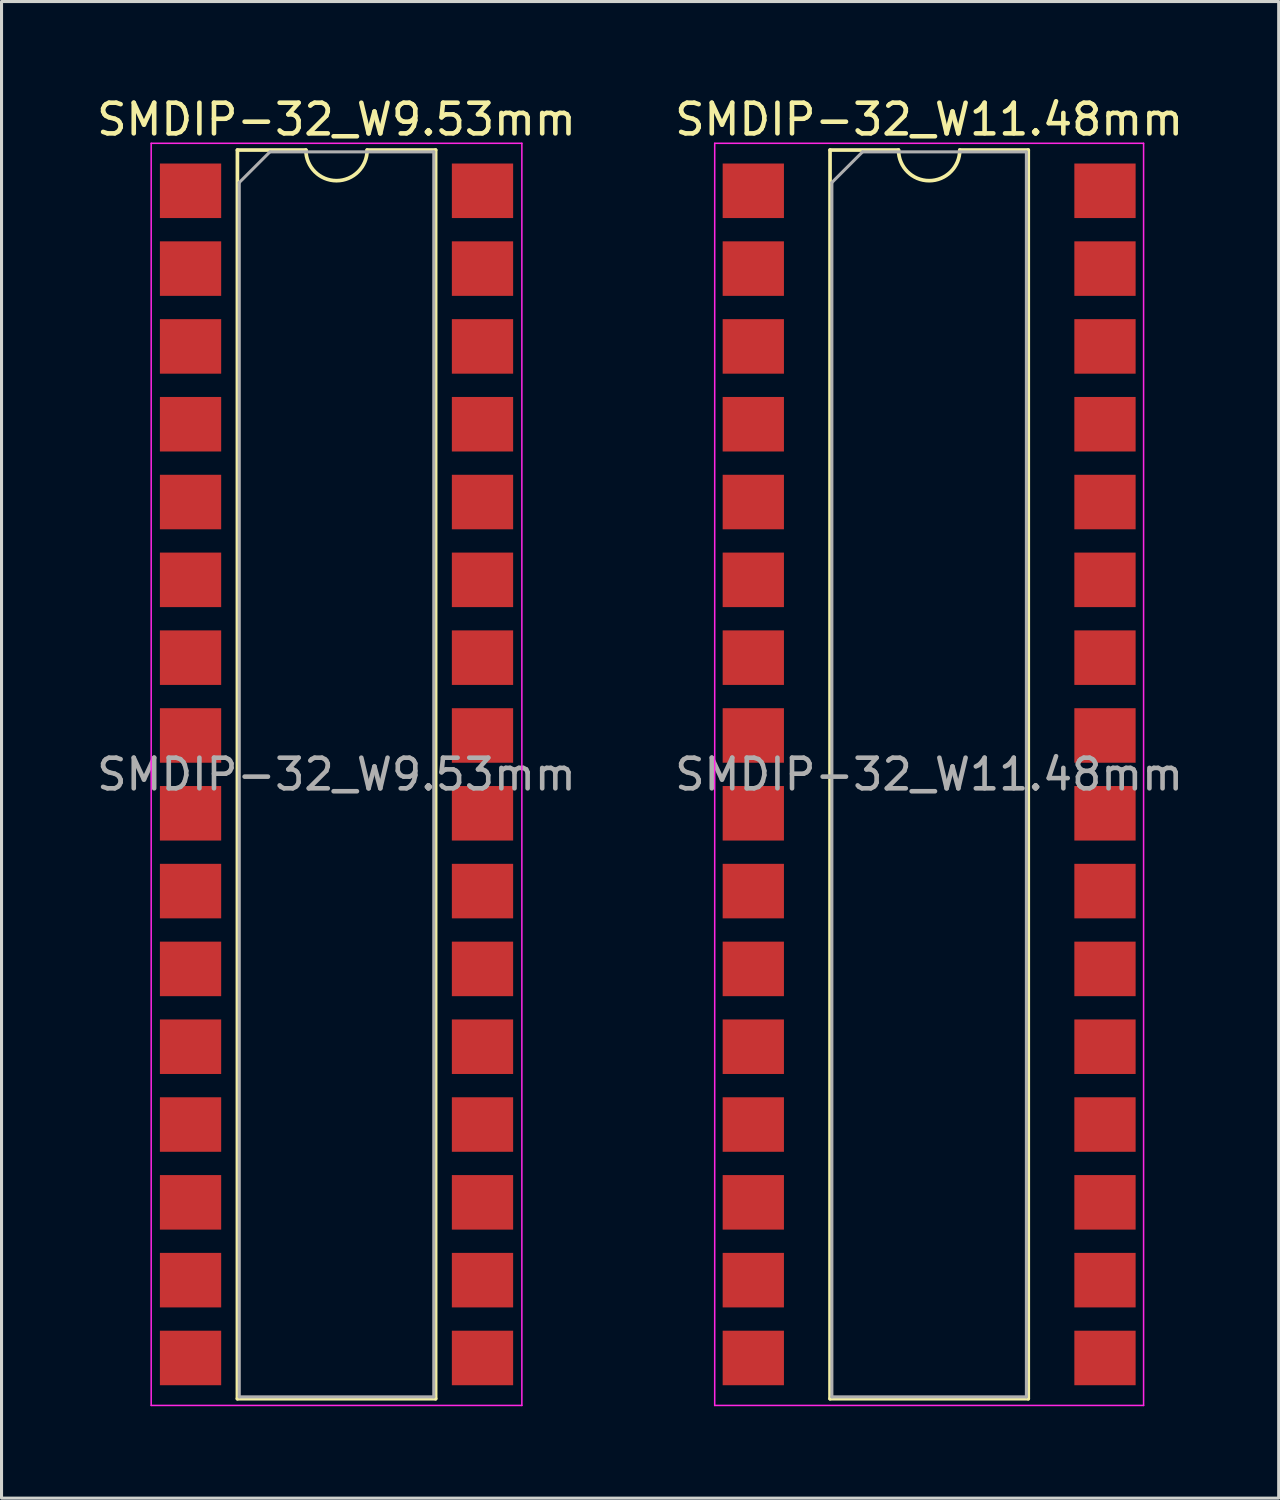
<source format=kicad_pcb>
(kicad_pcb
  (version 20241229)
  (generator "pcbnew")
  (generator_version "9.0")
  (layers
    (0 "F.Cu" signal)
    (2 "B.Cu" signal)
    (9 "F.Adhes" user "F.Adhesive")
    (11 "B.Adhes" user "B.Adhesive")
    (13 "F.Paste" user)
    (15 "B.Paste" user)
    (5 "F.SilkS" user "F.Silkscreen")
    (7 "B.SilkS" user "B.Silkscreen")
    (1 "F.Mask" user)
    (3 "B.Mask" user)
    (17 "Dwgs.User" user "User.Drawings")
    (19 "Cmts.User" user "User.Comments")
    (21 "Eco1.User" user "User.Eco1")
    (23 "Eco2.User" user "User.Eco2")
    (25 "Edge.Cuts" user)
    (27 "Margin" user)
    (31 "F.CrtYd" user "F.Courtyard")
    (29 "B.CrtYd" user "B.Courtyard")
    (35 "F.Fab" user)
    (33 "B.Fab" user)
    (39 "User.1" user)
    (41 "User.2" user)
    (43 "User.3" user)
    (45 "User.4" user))
  (footprint "SMDIP-32_W11.48mm"
    (layer "F.Cu")
    (at 27.28 22.228)
    (property "Reference" "SMDIP-32_W11.48mm" (at 0 -21.38 0) (layer "F.SilkS") (effects (font (size 1 1) (thickness 0.15))))
    (attr smd)
    (fp_line (start -3.235 -20.38) (end -3.235 20.38) (stroke (width 0.12) (type solid)) (layer "F.SilkS"))
    (fp_line (start -3.235 20.38) (end 3.235 20.38) (stroke (width 0.12) (type solid)) (layer "F.SilkS"))
    (fp_line (start -1 -20.38) (end -3.235 -20.38) (stroke (width 0.12) (type solid)) (layer "F.SilkS"))
    (fp_line (start 3.235 -20.38) (end 1 -20.38) (stroke (width 0.12) (type solid)) (layer "F.SilkS"))
    (fp_line (start 3.235 20.38) (end 3.235 -20.38) (stroke (width 0.12) (type solid)) (layer "F.SilkS"))
    (fp_arc (start 1 -20.38) (mid 0 -19.38) (end -1 -20.38) (stroke (width 0.12) (type solid)) (layer "F.SilkS"))
    (fp_line (start -7 -20.6) (end -7 20.6) (stroke (width 0.05) (type solid)) (layer "F.CrtYd"))
    (fp_line (start -7 20.6) (end 7 20.6) (stroke (width 0.05) (type solid)) (layer "F.CrtYd"))
    (fp_line (start 7 -20.6) (end -7 -20.6) (stroke (width 0.05) (type solid)) (layer "F.CrtYd"))
    (fp_line (start 7 20.6) (end 7 -20.6) (stroke (width 0.05) (type solid)) (layer "F.CrtYd"))
    (fp_line (start -3.175 -19.32) (end -2.175 -20.32) (stroke (width 0.1) (type solid)) (layer "F.Fab"))
    (fp_line (start -3.175 20.32) (end -3.175 -19.32) (stroke (width 0.1) (type solid)) (layer "F.Fab"))
    (fp_line (start -2.175 -20.32) (end 3.175 -20.32) (stroke (width 0.1) (type solid)) (layer "F.Fab"))
    (fp_line (start 3.175 -20.32) (end 3.175 20.32) (stroke (width 0.1) (type solid)) (layer "F.Fab"))
    (fp_line (start 3.175 20.32) (end -3.175 20.32) (stroke (width 0.1) (type solid)) (layer "F.Fab"))
    (fp_text user "${REFERENCE}" (at 0 0 0) (layer "F.Fab") (effects (font (size 1 1) (thickness 0.15))))
    (pad "1" smd rect (at -5.74 -19.05) (size 2 1.78) (layers "F.Cu" "F.Mask" "F.Paste"))
    (pad "2" smd rect (at -5.74 -16.51) (size 2 1.78) (layers "F.Cu" "F.Mask" "F.Paste"))
    (pad "3" smd rect (at -5.74 -13.97) (size 2 1.78) (layers "F.Cu" "F.Mask" "F.Paste"))
    (pad "4" smd rect (at -5.74 -11.43) (size 2 1.78) (layers "F.Cu" "F.Mask" "F.Paste"))
    (pad "5" smd rect (at -5.74 -8.89) (size 2 1.78) (layers "F.Cu" "F.Mask" "F.Paste"))
    (pad "6" smd rect (at -5.74 -6.35) (size 2 1.78) (layers "F.Cu" "F.Mask" "F.Paste"))
    (pad "7" smd rect (at -5.74 -3.81) (size 2 1.78) (layers "F.Cu" "F.Mask" "F.Paste"))
    (pad "8" smd rect (at -5.74 -1.27) (size 2 1.78) (layers "F.Cu" "F.Mask" "F.Paste"))
    (pad "9" smd rect (at -5.74 1.27) (size 2 1.78) (layers "F.Cu" "F.Mask" "F.Paste"))
    (pad "10" smd rect (at -5.74 3.81) (size 2 1.78) (layers "F.Cu" "F.Mask" "F.Paste"))
    (pad "11" smd rect (at -5.74 6.35) (size 2 1.78) (layers "F.Cu" "F.Mask" "F.Paste"))
    (pad "12" smd rect (at -5.74 8.89) (size 2 1.78) (layers "F.Cu" "F.Mask" "F.Paste"))
    (pad "13" smd rect (at -5.74 11.43) (size 2 1.78) (layers "F.Cu" "F.Mask" "F.Paste"))
    (pad "14" smd rect (at -5.74 13.97) (size 2 1.78) (layers "F.Cu" "F.Mask" "F.Paste"))
    (pad "15" smd rect (at -5.74 16.51) (size 2 1.78) (layers "F.Cu" "F.Mask" "F.Paste"))
    (pad "16" smd rect (at -5.74 19.05) (size 2 1.78) (layers "F.Cu" "F.Mask" "F.Paste"))
    (pad "17" smd rect (at 5.74 19.05) (size 2 1.78) (layers "F.Cu" "F.Mask" "F.Paste"))
    (pad "18" smd rect (at 5.74 16.51) (size 2 1.78) (layers "F.Cu" "F.Mask" "F.Paste"))
    (pad "19" smd rect (at 5.74 13.97) (size 2 1.78) (layers "F.Cu" "F.Mask" "F.Paste"))
    (pad "20" smd rect (at 5.74 11.43) (size 2 1.78) (layers "F.Cu" "F.Mask" "F.Paste"))
    (pad "21" smd rect (at 5.74 8.89) (size 2 1.78) (layers "F.Cu" "F.Mask" "F.Paste"))
    (pad "22" smd rect (at 5.74 6.35) (size 2 1.78) (layers "F.Cu" "F.Mask" "F.Paste"))
    (pad "23" smd rect (at 5.74 3.81) (size 2 1.78) (layers "F.Cu" "F.Mask" "F.Paste"))
    (pad "24" smd rect (at 5.74 1.27) (size 2 1.78) (layers "F.Cu" "F.Mask" "F.Paste"))
    (pad "25" smd rect (at 5.74 -1.27) (size 2 1.78) (layers "F.Cu" "F.Mask" "F.Paste"))
    (pad "26" smd rect (at 5.74 -3.81) (size 2 1.78) (layers "F.Cu" "F.Mask" "F.Paste"))
    (pad "27" smd rect (at 5.74 -6.35) (size 2 1.78) (layers "F.Cu" "F.Mask" "F.Paste"))
    (pad "28" smd rect (at 5.74 -8.89) (size 2 1.78) (layers "F.Cu" "F.Mask" "F.Paste"))
    (pad "29" smd rect (at 5.74 -11.43) (size 2 1.78) (layers "F.Cu" "F.Mask" "F.Paste"))
    (pad "30" smd rect (at 5.74 -13.97) (size 2 1.78) (layers "F.Cu" "F.Mask" "F.Paste"))
    (pad "31" smd rect (at 5.74 -16.51) (size 2 1.78) (layers "F.Cu" "F.Mask" "F.Paste"))
    (pad "32" smd rect (at 5.74 -19.05) (size 2 1.78) (layers "F.Cu" "F.Mask" "F.Paste")))
  (footprint "SMDIP-32_W9.53mm"
    (layer "F.Cu")
    (at 7.935 22.228)
    (property "Reference" "SMDIP-32_W9.53mm" (at 0 -21.38 0) (layer "F.SilkS") (effects (font (size 1 1) (thickness 0.15))))
    (attr smd)
    (fp_line (start -3.235 -20.38) (end -3.235 20.38) (stroke (width 0.12) (type solid)) (layer "F.SilkS"))
    (fp_line (start -3.235 20.38) (end 3.235 20.38) (stroke (width 0.12) (type solid)) (layer "F.SilkS"))
    (fp_line (start -1 -20.38) (end -3.235 -20.38) (stroke (width 0.12) (type solid)) (layer "F.SilkS"))
    (fp_line (start 3.235 -20.38) (end 1 -20.38) (stroke (width 0.12) (type solid)) (layer "F.SilkS"))
    (fp_line (start 3.235 20.38) (end 3.235 -20.38) (stroke (width 0.12) (type solid)) (layer "F.SilkS"))
    (fp_arc (start 1 -20.38) (mid 0 -19.38) (end -1 -20.38) (stroke (width 0.12) (type solid)) (layer "F.SilkS"))
    (fp_line (start -6.05 -20.6) (end -6.05 20.6) (stroke (width 0.05) (type solid)) (layer "F.CrtYd"))
    (fp_line (start -6.05 20.6) (end 6.05 20.6) (stroke (width 0.05) (type solid)) (layer "F.CrtYd"))
    (fp_line (start 6.05 -20.6) (end -6.05 -20.6) (stroke (width 0.05) (type solid)) (layer "F.CrtYd"))
    (fp_line (start 6.05 20.6) (end 6.05 -20.6) (stroke (width 0.05) (type solid)) (layer "F.CrtYd"))
    (fp_line (start -3.175 -19.32) (end -2.175 -20.32) (stroke (width 0.1) (type solid)) (layer "F.Fab"))
    (fp_line (start -3.175 20.32) (end -3.175 -19.32) (stroke (width 0.1) (type solid)) (layer "F.Fab"))
    (fp_line (start -2.175 -20.32) (end 3.175 -20.32) (stroke (width 0.1) (type solid)) (layer "F.Fab"))
    (fp_line (start 3.175 -20.32) (end 3.175 20.32) (stroke (width 0.1) (type solid)) (layer "F.Fab"))
    (fp_line (start 3.175 20.32) (end -3.175 20.32) (stroke (width 0.1) (type solid)) (layer "F.Fab"))
    (fp_text user "${REFERENCE}" (at 0 0 0) (layer "F.Fab") (effects (font (size 1 1) (thickness 0.15))))
    (pad "1" smd rect (at -4.765 -19.05) (size 2 1.78) (layers "F.Cu" "F.Mask" "F.Paste"))
    (pad "2" smd rect (at -4.765 -16.51) (size 2 1.78) (layers "F.Cu" "F.Mask" "F.Paste"))
    (pad "3" smd rect (at -4.765 -13.97) (size 2 1.78) (layers "F.Cu" "F.Mask" "F.Paste"))
    (pad "4" smd rect (at -4.765 -11.43) (size 2 1.78) (layers "F.Cu" "F.Mask" "F.Paste"))
    (pad "5" smd rect (at -4.765 -8.89) (size 2 1.78) (layers "F.Cu" "F.Mask" "F.Paste"))
    (pad "6" smd rect (at -4.765 -6.35) (size 2 1.78) (layers "F.Cu" "F.Mask" "F.Paste"))
    (pad "7" smd rect (at -4.765 -3.81) (size 2 1.78) (layers "F.Cu" "F.Mask" "F.Paste"))
    (pad "8" smd rect (at -4.765 -1.27) (size 2 1.78) (layers "F.Cu" "F.Mask" "F.Paste"))
    (pad "9" smd rect (at -4.765 1.27) (size 2 1.78) (layers "F.Cu" "F.Mask" "F.Paste"))
    (pad "10" smd rect (at -4.765 3.81) (size 2 1.78) (layers "F.Cu" "F.Mask" "F.Paste"))
    (pad "11" smd rect (at -4.765 6.35) (size 2 1.78) (layers "F.Cu" "F.Mask" "F.Paste"))
    (pad "12" smd rect (at -4.765 8.89) (size 2 1.78) (layers "F.Cu" "F.Mask" "F.Paste"))
    (pad "13" smd rect (at -4.765 11.43) (size 2 1.78) (layers "F.Cu" "F.Mask" "F.Paste"))
    (pad "14" smd rect (at -4.765 13.97) (size 2 1.78) (layers "F.Cu" "F.Mask" "F.Paste"))
    (pad "15" smd rect (at -4.765 16.51) (size 2 1.78) (layers "F.Cu" "F.Mask" "F.Paste"))
    (pad "16" smd rect (at -4.765 19.05) (size 2 1.78) (layers "F.Cu" "F.Mask" "F.Paste"))
    (pad "17" smd rect (at 4.765 19.05) (size 2 1.78) (layers "F.Cu" "F.Mask" "F.Paste"))
    (pad "18" smd rect (at 4.765 16.51) (size 2 1.78) (layers "F.Cu" "F.Mask" "F.Paste"))
    (pad "19" smd rect (at 4.765 13.97) (size 2 1.78) (layers "F.Cu" "F.Mask" "F.Paste"))
    (pad "20" smd rect (at 4.765 11.43) (size 2 1.78) (layers "F.Cu" "F.Mask" "F.Paste"))
    (pad "21" smd rect (at 4.765 8.89) (size 2 1.78) (layers "F.Cu" "F.Mask" "F.Paste"))
    (pad "22" smd rect (at 4.765 6.35) (size 2 1.78) (layers "F.Cu" "F.Mask" "F.Paste"))
    (pad "23" smd rect (at 4.765 3.81) (size 2 1.78) (layers "F.Cu" "F.Mask" "F.Paste"))
    (pad "24" smd rect (at 4.765 1.27) (size 2 1.78) (layers "F.Cu" "F.Mask" "F.Paste"))
    (pad "25" smd rect (at 4.765 -1.27) (size 2 1.78) (layers "F.Cu" "F.Mask" "F.Paste"))
    (pad "26" smd rect (at 4.765 -3.81) (size 2 1.78) (layers "F.Cu" "F.Mask" "F.Paste"))
    (pad "27" smd rect (at 4.765 -6.35) (size 2 1.78) (layers "F.Cu" "F.Mask" "F.Paste"))
    (pad "28" smd rect (at 4.765 -8.89) (size 2 1.78) (layers "F.Cu" "F.Mask" "F.Paste"))
    (pad "29" smd rect (at 4.765 -11.43) (size 2 1.78) (layers "F.Cu" "F.Mask" "F.Paste"))
    (pad "30" smd rect (at 4.765 -13.97) (size 2 1.78) (layers "F.Cu" "F.Mask" "F.Paste"))
    (pad "31" smd rect (at 4.765 -16.51) (size 2 1.78) (layers "F.Cu" "F.Mask" "F.Paste"))
    (pad "32" smd rect (at 4.765 -19.05) (size 2 1.78) (layers "F.Cu" "F.Mask" "F.Paste")))
  (gr_rect
    (start -3 -3)
    (end 38.69 45.853)
    (stroke (width 0.1) (type default))
    (fill no)
    (layer "Edge.Cuts")))
</source>
